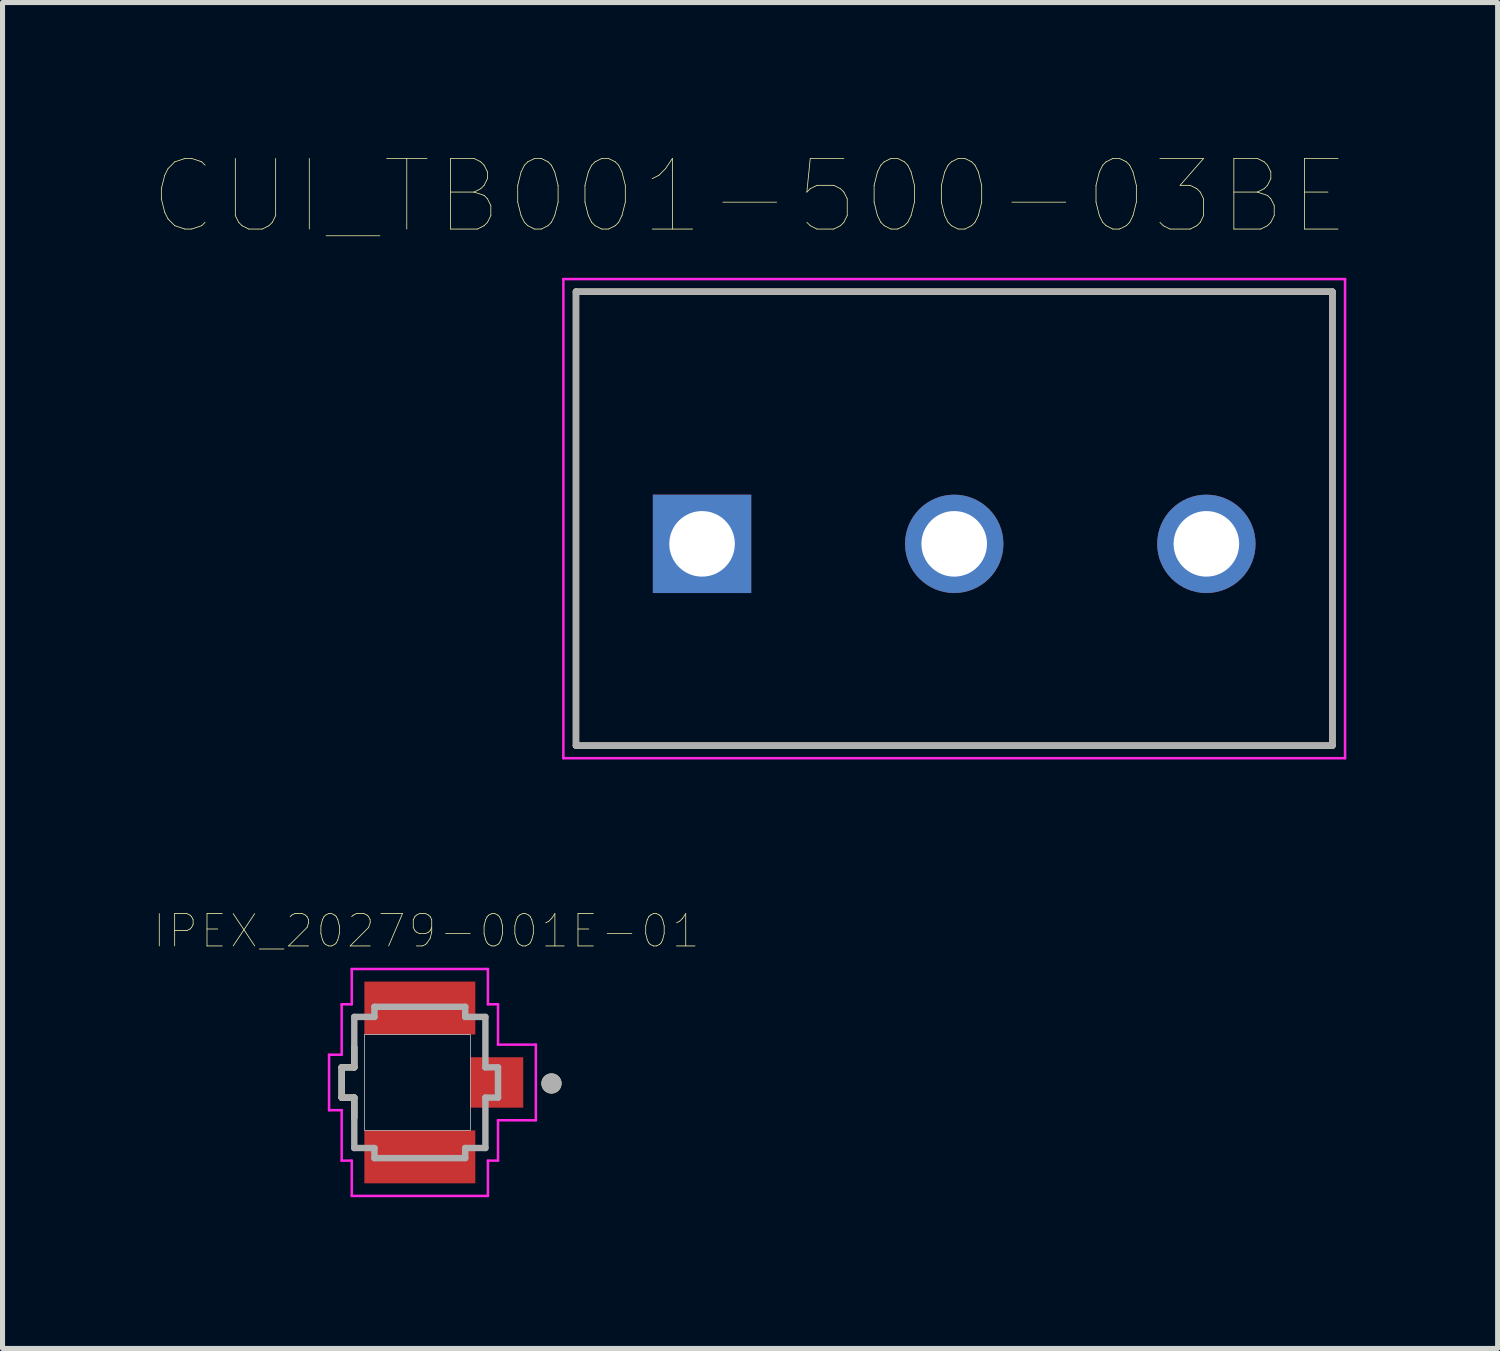
<source format=kicad_pcb>
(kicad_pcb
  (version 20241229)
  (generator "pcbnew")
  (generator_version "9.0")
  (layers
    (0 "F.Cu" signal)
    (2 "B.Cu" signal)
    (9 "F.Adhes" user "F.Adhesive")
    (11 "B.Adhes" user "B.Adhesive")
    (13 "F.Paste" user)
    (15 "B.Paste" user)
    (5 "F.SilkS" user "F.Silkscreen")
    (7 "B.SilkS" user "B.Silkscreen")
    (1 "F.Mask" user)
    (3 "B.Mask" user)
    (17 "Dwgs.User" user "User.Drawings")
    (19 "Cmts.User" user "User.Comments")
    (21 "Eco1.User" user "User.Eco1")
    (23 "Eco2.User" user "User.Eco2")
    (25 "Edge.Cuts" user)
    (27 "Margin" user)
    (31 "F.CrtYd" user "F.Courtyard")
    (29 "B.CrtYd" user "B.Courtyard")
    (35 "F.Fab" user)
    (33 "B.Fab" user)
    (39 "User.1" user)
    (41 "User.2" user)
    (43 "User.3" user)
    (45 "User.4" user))
  (footprint "CUI_TB001-500-03BE"
    (layer "F.Cu")
    (at 10.871 7.734)
    (property "Reference" "CUI_TB001-500-03BE" (at 0.945 -6.889 0) (layer "F.SilkS") (effects (font (size 1.4 1.4) (thickness 0.015))))
    (attr through_hole)
    (fp_line (start -2.5 -5) (end 12.5 -5) (stroke (width 0.127) (type solid)) (layer "F.SilkS"))
    (fp_line (start -2.5 4) (end -2.5 -5) (stroke (width 0.127) (type solid)) (layer "F.SilkS"))
    (fp_line (start 12.5 -5) (end 12.5 4) (stroke (width 0.127) (type solid)) (layer "F.SilkS"))
    (fp_line (start 12.5 4) (end -2.5 4) (stroke (width 0.127) (type solid)) (layer "F.SilkS"))
    (fp_line (start -2.75 -5.25) (end 12.75 -5.25) (stroke (width 0.05) (type solid)) (layer "F.CrtYd"))
    (fp_line (start -2.75 4.25) (end -2.75 -5.25) (stroke (width 0.05) (type solid)) (layer "F.CrtYd"))
    (fp_line (start 12.75 -5.25) (end 12.75 4.25) (stroke (width 0.05) (type solid)) (layer "F.CrtYd"))
    (fp_line (start 12.75 4.25) (end -2.75 4.25) (stroke (width 0.05) (type solid)) (layer "F.CrtYd"))
    (fp_line (start -2.5 -5) (end 12.5 -5) (stroke (width 0.127) (type solid)) (layer "F.Fab"))
    (fp_line (start -2.5 4) (end -2.5 -5) (stroke (width 0.127) (type solid)) (layer "F.Fab"))
    (fp_line (start 12.5 -5) (end 12.5 4) (stroke (width 0.127) (type solid)) (layer "F.Fab"))
    (fp_line (start 12.5 4) (end -2.5 4) (stroke (width 0.127) (type solid)) (layer "F.Fab"))
    (pad "1" thru_hole rect (at 0 0) (size 1.95 1.95) (drill 1.3) (layers "*.Cu" "*.Mask"))
    (pad "2" thru_hole circle (at 5 0) (size 1.95 1.95) (drill 1.3) (layers "*.Cu" "*.Mask"))
    (pad "3" thru_hole circle (at 10 0) (size 1.95 1.95) (drill 1.3) (layers "*.Cu" "*.Mask")))
  (footprint "IPEX_20279-001E-01"
    (layer "F.Cu")
    (at 5.275 18.414)
    (property "Reference" "IPEX_20279-001E-01" (at 0.129 -3.003 0) (layer "F.SilkS") (effects (font (size 0.641 0.641) (thickness 0.015))))
    (attr through_hole)
    (fp_line (start -1.55 -0.3) (end -1.55 0.3) (stroke (width 0.127) (type solid)) (layer "F.SilkS"))
    (fp_line (start -1.55 0.3) (end -1.3 0.3) (stroke (width 0.127) (type solid)) (layer "F.SilkS"))
    (fp_line (start -1.3 -0.7) (end -1.3 -0.3) (stroke (width 0.127) (type solid)) (layer "F.SilkS"))
    (fp_line (start -1.3 -0.3) (end -1.55 -0.3) (stroke (width 0.127) (type solid)) (layer "F.SilkS"))
    (fp_line (start -1.3 0.3) (end -1.3 0.7) (stroke (width 0.127) (type solid)) (layer "F.SilkS"))
    (fp_circle (center 2.61 0.02) (end 2.71 0.02) (stroke (width 0.2) (type solid)) (fill no) (layer "F.SilkS"))
    (fp_poly (pts (xy -1.1 -0.95) (xy 1 -0.95) (xy 1 0.95) (xy -1.1 0.95)) (stroke (width 0.01) (type solid)) (fill no) (layer "Dwgs.User"))
    (fp_poly (pts (xy -1.1 -0.95) (xy 1 -0.95) (xy 1 0.95) (xy -1.1 0.95)) (stroke (width 0.01) (type solid)) (fill no) (layer "Dwgs.User"))
    (fp_line (start -1.8 -0.55) (end -1.8 0.55) (stroke (width 0.05) (type solid)) (layer "F.CrtYd"))
    (fp_line (start -1.8 0.55) (end -1.55 0.55) (stroke (width 0.05) (type solid)) (layer "F.CrtYd"))
    (fp_line (start -1.55 -1.55) (end -1.55 -0.55) (stroke (width 0.05) (type solid)) (layer "F.CrtYd"))
    (fp_line (start -1.55 -0.55) (end -1.8 -0.55) (stroke (width 0.05) (type solid)) (layer "F.CrtYd"))
    (fp_line (start -1.55 1.55) (end -1.55 0.55) (stroke (width 0.05) (type solid)) (layer "F.CrtYd"))
    (fp_line (start -1.35 -1.55) (end -1.55 -1.55) (stroke (width 0.05) (type solid)) (layer "F.CrtYd"))
    (fp_line (start -1.35 -1.55) (end -1.35 -2.25) (stroke (width 0.05) (type solid)) (layer "F.CrtYd"))
    (fp_line (start -1.35 1.55) (end -1.55 1.55) (stroke (width 0.05) (type solid)) (layer "F.CrtYd"))
    (fp_line (start -1.35 2.25) (end -1.35 1.55) (stroke (width 0.05) (type solid)) (layer "F.CrtYd"))
    (fp_line (start 1.35 -2.25) (end -1.35 -2.25) (stroke (width 0.05) (type solid)) (layer "F.CrtYd"))
    (fp_line (start 1.35 -2.25) (end 1.35 -1.55) (stroke (width 0.05) (type solid)) (layer "F.CrtYd"))
    (fp_line (start 1.35 -1.55) (end 1.55 -1.55) (stroke (width 0.05) (type solid)) (layer "F.CrtYd"))
    (fp_line (start 1.35 1.55) (end 1.35 2.25) (stroke (width 0.05) (type solid)) (layer "F.CrtYd"))
    (fp_line (start 1.35 1.55) (end 1.55 1.55) (stroke (width 0.05) (type solid)) (layer "F.CrtYd"))
    (fp_line (start 1.35 2.25) (end -1.35 2.25) (stroke (width 0.05) (type solid)) (layer "F.CrtYd"))
    (fp_line (start 1.55 -1.55) (end 1.55 -0.75) (stroke (width 0.05) (type solid)) (layer "F.CrtYd"))
    (fp_line (start 1.55 0.75) (end 2.3 0.75) (stroke (width 0.05) (type solid)) (layer "F.CrtYd"))
    (fp_line (start 1.55 1.55) (end 1.55 0.75) (stroke (width 0.05) (type solid)) (layer "F.CrtYd"))
    (fp_line (start 2.3 -0.75) (end 1.55 -0.75) (stroke (width 0.05) (type solid)) (layer "F.CrtYd"))
    (fp_line (start 2.3 0.75) (end 2.3 -0.75) (stroke (width 0.05) (type solid)) (layer "F.CrtYd"))
    (fp_line (start -1.55 -0.3) (end -1.55 0.3) (stroke (width 0.127) (type solid)) (layer "F.Fab"))
    (fp_line (start -1.55 0.3) (end -1.3 0.3) (stroke (width 0.127) (type solid)) (layer "F.Fab"))
    (fp_line (start -1.3 -1.3) (end -1.3 -0.3) (stroke (width 0.127) (type solid)) (layer "F.Fab"))
    (fp_line (start -1.3 -0.3) (end -1.55 -0.3) (stroke (width 0.127) (type solid)) (layer "F.Fab"))
    (fp_line (start -1.3 0.3) (end -1.3 1.3) (stroke (width 0.127) (type solid)) (layer "F.Fab"))
    (fp_line (start -1.3 1.3) (end -0.9 1.3) (stroke (width 0.127) (type solid)) (layer "F.Fab"))
    (fp_line (start -0.9 -1.5) (end -0.9 -1.3) (stroke (width 0.127) (type solid)) (layer "F.Fab"))
    (fp_line (start -0.9 -1.3) (end -1.3 -1.3) (stroke (width 0.127) (type solid)) (layer "F.Fab"))
    (fp_line (start -0.9 1.3) (end -0.9 1.5) (stroke (width 0.127) (type solid)) (layer "F.Fab"))
    (fp_line (start -0.9 1.5) (end 0.9 1.5) (stroke (width 0.127) (type solid)) (layer "F.Fab"))
    (fp_line (start 0.9 -1.5) (end -0.9 -1.5) (stroke (width 0.127) (type solid)) (layer "F.Fab"))
    (fp_line (start 0.9 -1.3) (end 0.9 -1.5) (stroke (width 0.127) (type solid)) (layer "F.Fab"))
    (fp_line (start 0.9 1.3) (end 1.3 1.3) (stroke (width 0.127) (type solid)) (layer "F.Fab"))
    (fp_line (start 0.9 1.5) (end 0.9 1.3) (stroke (width 0.127) (type solid)) (layer "F.Fab"))
    (fp_line (start 1.3 -1.3) (end 0.9 -1.3) (stroke (width 0.127) (type solid)) (layer "F.Fab"))
    (fp_line (start 1.3 -0.3) (end 1.3 -1.3) (stroke (width 0.127) (type solid)) (layer "F.Fab"))
    (fp_line (start 1.3 0.3) (end 1.55 0.3) (stroke (width 0.127) (type solid)) (layer "F.Fab"))
    (fp_line (start 1.3 1.3) (end 1.3 0.3) (stroke (width 0.127) (type solid)) (layer "F.Fab"))
    (fp_line (start 1.55 -0.3) (end 1.3 -0.3) (stroke (width 0.127) (type solid)) (layer "F.Fab"))
    (fp_line (start 1.55 0.3) (end 1.55 -0.3) (stroke (width 0.127) (type solid)) (layer "F.Fab"))
    (fp_circle (center 2.61 0.02) (end 2.71 0.02) (stroke (width 0.2) (type solid)) (fill no) (layer "F.Fab"))
    (pad "1" smd rect (at 1.525 0) (size 1.05 1) (layers "F.Cu" "F.Mask" "F.Paste"))
    (pad "2" smd rect (at 0 -1.475) (size 2.2 1.05) (layers "F.Cu" "F.Mask" "F.Paste"))
    (pad "3" smd rect (at 0 1.475) (size 2.2 1.05) (layers "F.Cu" "F.Mask" "F.Paste")))
  (gr_rect
    (start -3 -3)
    (end 26.646 23.689)
    (stroke (width 0.1) (type default))
    (fill no)
    (layer "Edge.Cuts")))
</source>
